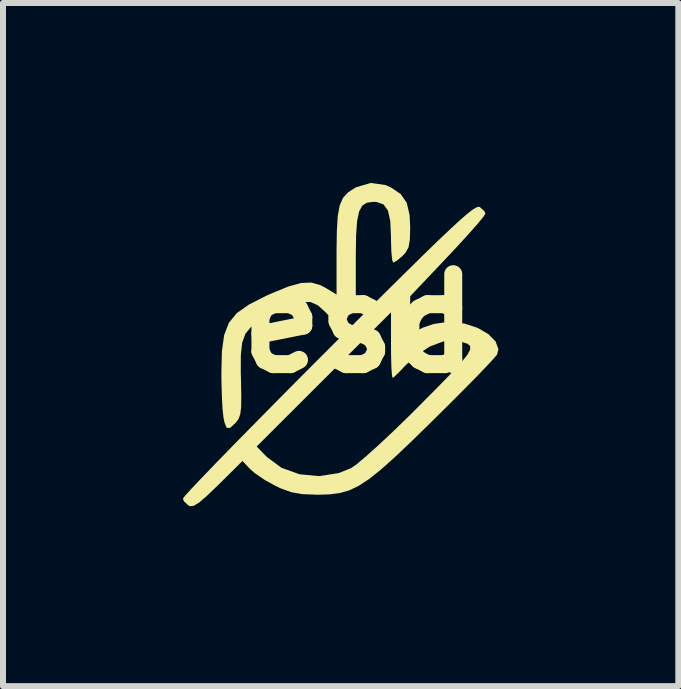
<source format=kicad_pcb>
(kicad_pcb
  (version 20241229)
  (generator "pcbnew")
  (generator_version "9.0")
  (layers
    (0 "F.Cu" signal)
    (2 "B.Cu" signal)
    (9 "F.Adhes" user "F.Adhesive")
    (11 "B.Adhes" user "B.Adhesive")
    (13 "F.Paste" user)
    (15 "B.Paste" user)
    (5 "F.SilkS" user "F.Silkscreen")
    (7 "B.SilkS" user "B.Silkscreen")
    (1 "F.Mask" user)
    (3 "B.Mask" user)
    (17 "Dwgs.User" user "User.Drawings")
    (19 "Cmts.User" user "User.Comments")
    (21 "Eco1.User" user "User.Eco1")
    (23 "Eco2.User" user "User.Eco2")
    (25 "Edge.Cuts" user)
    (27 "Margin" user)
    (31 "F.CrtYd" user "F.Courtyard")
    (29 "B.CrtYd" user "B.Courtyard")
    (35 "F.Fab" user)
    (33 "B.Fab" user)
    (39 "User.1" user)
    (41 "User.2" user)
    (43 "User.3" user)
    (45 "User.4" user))
  (footprint "esd"
    (layer "F.Cu")
    (at 2.935 2.343)
    (property "Reference" "esd" (at 0 0 0) (layer "F.SilkS") (effects (font (size 1.5 1.5) (thickness 0.3))))
    (attr board_only exclude_from_pos_files exclude_from_bom)
    (fp_poly (pts (xy 0.442 -2.308) (xy 0.533 -2.268) (xy 0.696 -2.157) (xy 0.796 -2.012) (xy 0.844 -1.809) (xy 0.854 -1.598) (xy 0.848 -1.396) (xy 0.825 -1.267) (xy 0.775 -1.178) (xy 0.73 -1.13) (xy 0.634 -1.049) (xy 0.571 -1.014) (xy 0.57 -1.014) (xy 0.553 -1.063) (xy 0.54 -1.193) (xy 0.534 -1.38) (xy 0.534 -1.437) (xy 0.522 -1.705) (xy 0.483 -1.882) (xy 0.41 -1.984) (xy 0.295 -2.025) (xy 0.245 -2.028) (xy 0.136 -2.015) (xy 0.057 -1.967) (xy 0.003 -1.87) (xy -0.031 -1.71) (xy -0.048 -1.473) (xy -0.053 -1.146) (xy -0.053 -1.092) (xy -0.053 -0.352) (xy -0.22 -0.18) (xy -0.387 -0.007) (xy -0.56 -0.19) (xy -0.684 -0.302) (xy -0.809 -0.358) (xy -0.954 -0.357) (xy -1.143 -0.299) (xy -1.396 -0.182) (xy -1.434 -0.163) (xy -1.646 -0.051) (xy -1.796 0.054) (xy -1.893 0.171) (xy -1.948 0.323) (xy -1.97 0.53) (xy -1.971 0.814) (xy -1.967 0.953) (xy -1.962 1.217) (xy -1.965 1.397) (xy -1.98 1.516) (xy -2.009 1.594) (xy -2.05 1.65) (xy -2.147 1.74) (xy -2.206 1.741) (xy -2.244 1.644) (xy -2.26 1.561) (xy -2.275 1.421) (xy -2.286 1.209) (xy -2.293 0.959) (xy -2.294 0.812) (xy -2.285 0.461) (xy -2.248 0.194) (xy -2.169 -0.011) (xy -2.036 -0.174) (xy -1.833 -0.316) (xy -1.548 -0.461) (xy -1.461 -0.5) (xy -1.181 -0.615) (xy -0.967 -0.675) (xy -0.796 -0.682) (xy -0.643 -0.639) (xy -0.547 -0.588) (xy -0.374 -0.482) (xy -0.374 -1.203) (xy -0.369 -1.541) (xy -0.354 -1.791) (xy -0.321 -1.97) (xy -0.265 -2.096) (xy -0.181 -2.187) (xy -0.064 -2.262) (xy -0.048 -2.271) (xy 0.196 -2.343)) (stroke (width 0) (type solid)) (fill yes) (layer "F.SilkS"))
    (fp_poly (pts (xy 2.014 -1.942) (xy 2.091 -1.871) (xy 2.108 -1.831) (xy 2.073 -1.777) (xy 1.976 -1.659) (xy 1.829 -1.493) (xy 1.644 -1.29) (xy 1.481 -1.116) (xy 0.854 -0.454) (xy 0.854 -0.147) (xy 0.857 0.018) (xy 0.864 0.129) (xy 0.872 0.16) (xy 0.927 0.138) (xy 1.039 0.084) (xy 1.072 0.067) (xy 1.248 0.008) (xy 1.461 -0.024) (xy 1.521 -0.026) (xy 1.76 0.002) (xy 1.978 0.073) (xy 2.157 0.177) (xy 2.278 0.3) (xy 2.325 0.43) (xy 2.303 0.517) (xy 2.252 0.579) (xy 2.135 0.705) (xy 1.964 0.884) (xy 1.747 1.104) (xy 1.498 1.354) (xy 1.245 1.604) (xy 0.894 1.948) (xy 0.605 2.222) (xy 0.366 2.436) (xy 0.166 2.595) (xy -0.008 2.709) (xy -0.167 2.784) (xy -0.323 2.828) (xy -0.489 2.849) (xy -0.675 2.855) (xy -0.694 2.855) (xy -0.94 2.846) (xy -1.129 2.813) (xy -1.312 2.746) (xy -1.39 2.709) (xy -1.574 2.607) (xy -1.736 2.496) (xy -1.815 2.428) (xy -1.942 2.292) (xy -2.345 2.691) (xy -2.532 2.871) (xy -2.663 2.984) (xy -2.752 3.039) (xy -2.815 3.047) (xy -2.841 3.036) (xy -2.919 2.964) (xy -2.935 2.919) (xy -2.898 2.871) (xy -2.792 2.754) (xy -2.623 2.575) (xy -2.397 2.34) (xy -2.121 2.057) (xy -2.116 2.051) (xy -1.706 2.051) (xy -1.537 2.225) (xy -1.292 2.406) (xy -0.992 2.514) (xy -0.666 2.545) (xy -0.341 2.495) (xy -0.13 2.411) (xy -0.034 2.343) (xy 0.123 2.21) (xy 0.329 2.025) (xy 0.569 1.8) (xy 0.831 1.546) (xy 1.014 1.363) (xy 1.312 1.063) (xy 1.54 0.829) (xy 1.703 0.652) (xy 1.806 0.524) (xy 1.854 0.435) (xy 1.853 0.375) (xy 1.807 0.337) (xy 1.721 0.31) (xy 1.616 0.289) (xy 1.413 0.297) (xy 1.181 0.384) (xy 0.948 0.537) (xy 0.777 0.697) (xy 0.666 0.814) (xy 0.586 0.891) (xy 0.56 0.907) (xy 0.549 0.858) (xy 0.54 0.723) (xy 0.535 0.527) (xy 0.534 0.361) (xy 0.534 -0.186) (xy -0.586 0.933) (xy -1.706 2.051) (xy -2.116 2.051) (xy -1.8 1.73) (xy -1.442 1.367) (xy -1.053 0.974) (xy -0.638 0.558) (xy -0.507 0.427) (xy -0.012 -0.067) (xy 0.413 -0.491) (xy 0.774 -0.848) (xy 1.076 -1.145) (xy 1.324 -1.386) (xy 1.525 -1.576) (xy 1.682 -1.721) (xy 1.802 -1.826) (xy 1.891 -1.895) (xy 1.952 -1.933) (xy 1.993 -1.946)) (stroke (width 0) (type solid)) (fill yes) (layer "F.SilkS")))
  (gr_rect
    (start -3 -3)
    (end 8.259 8.389)
    (stroke (width 0.1) (type default))
    (fill no)
    (layer "Edge.Cuts")))
</source>
